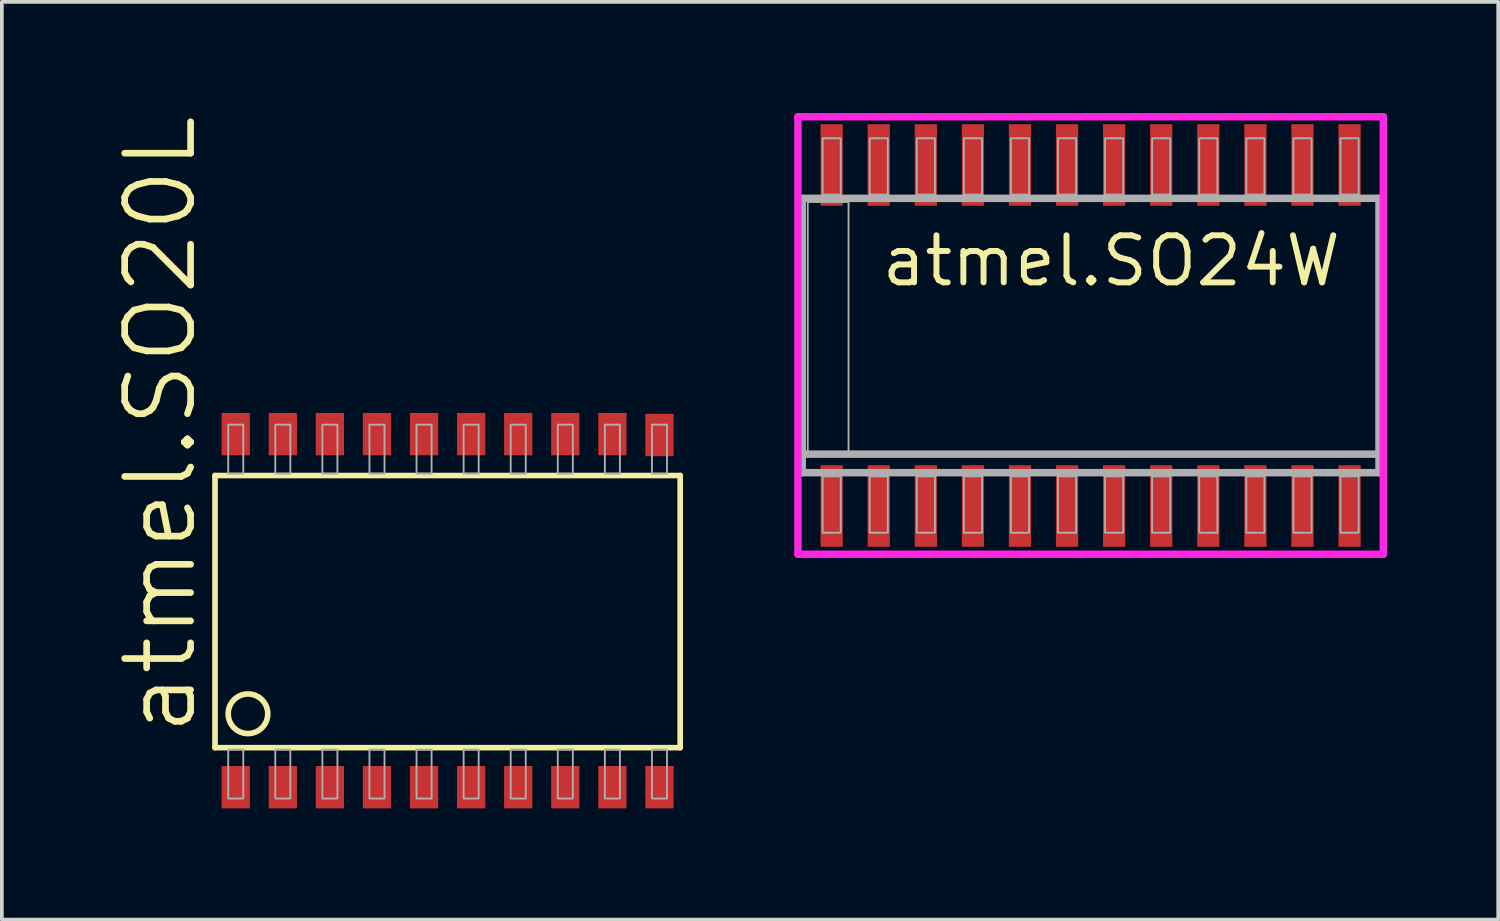
<source format=kicad_pcb>
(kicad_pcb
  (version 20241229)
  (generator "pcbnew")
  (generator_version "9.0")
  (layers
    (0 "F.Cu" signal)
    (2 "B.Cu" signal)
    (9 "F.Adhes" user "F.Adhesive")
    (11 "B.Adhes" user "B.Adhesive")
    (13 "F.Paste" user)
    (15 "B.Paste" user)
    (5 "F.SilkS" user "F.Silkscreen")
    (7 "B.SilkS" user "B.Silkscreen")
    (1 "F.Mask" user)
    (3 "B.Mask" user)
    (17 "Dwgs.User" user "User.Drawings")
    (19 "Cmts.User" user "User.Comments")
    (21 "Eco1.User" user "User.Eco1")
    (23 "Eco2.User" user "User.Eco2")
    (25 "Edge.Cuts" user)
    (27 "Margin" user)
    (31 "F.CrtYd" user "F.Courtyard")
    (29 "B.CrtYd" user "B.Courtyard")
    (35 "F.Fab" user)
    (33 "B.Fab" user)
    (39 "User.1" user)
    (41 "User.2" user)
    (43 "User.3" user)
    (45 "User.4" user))
  (footprint "atmel.SO24W"
    (layer "F.Cu")
    (at 26.369 6)
    (property "Reference" "atmel.SO24W" (at -5.715 -1.27 0) (layer "F.SilkS") (effects (font (size 1.27 1.27) (thickness 0.16)) (justify left bottom)))
    (attr smd)
    (fp_line (start -7.895 -5.9) (end 7.895 -5.9) (stroke (width 0.2) (type default)) (layer "F.CrtYd"))
    (fp_line (start -7.895 5.9) (end -7.895 -5.9) (stroke (width 0.2) (type default)) (layer "F.CrtYd"))
    (fp_line (start 7.895 -5.9) (end 7.895 5.9) (stroke (width 0.2) (type default)) (layer "F.CrtYd"))
    (fp_line (start 7.895 5.9) (end -7.895 5.9) (stroke (width 0.2) (type default)) (layer "F.CrtYd"))
    (fp_line (start -7.78 -3.7) (end 7.78 -3.7) (stroke (width 0.203) (type default)) (layer "F.Fab"))
    (fp_line (start -7.78 3.2) (end -7.78 -3.7) (stroke (width 0.203) (type default)) (layer "F.Fab"))
    (fp_line (start -7.78 3.7) (end -7.78 3.2) (stroke (width 0.203) (type default)) (layer "F.Fab"))
    (fp_line (start 7.78 -3.7) (end 7.78 3.2) (stroke (width 0.203) (type default)) (layer "F.Fab"))
    (fp_line (start 7.78 3.2) (end -7.78 3.2) (stroke (width 0.203) (type default)) (layer "F.Fab"))
    (fp_line (start 7.78 3.2) (end 7.78 3.7) (stroke (width 0.203) (type default)) (layer "F.Fab"))
    (fp_line (start 7.78 3.7) (end -7.78 3.7) (stroke (width 0.203) (type default)) (layer "F.Fab"))
    (fp_rect (start -7.63 3.2) (end -6.53 -3.6) (stroke (width 0.05) (type default)) (fill no) (layer "F.Fab"))
    (fp_rect (start -7.23 -3.8) (end -6.74 -5.32) (stroke (width 0.05) (type default)) (fill no) (layer "F.Fab"))
    (fp_rect (start -7.23 5.32) (end -6.74 3.8) (stroke (width 0.05) (type default)) (fill no) (layer "F.Fab"))
    (fp_rect (start -5.96 -3.8) (end -5.47 -5.32) (stroke (width 0.05) (type default)) (fill no) (layer "F.Fab"))
    (fp_rect (start -5.96 5.32) (end -5.47 3.8) (stroke (width 0.05) (type default)) (fill no) (layer "F.Fab"))
    (fp_rect (start -4.69 -3.8) (end -4.2 -5.32) (stroke (width 0.05) (type default)) (fill no) (layer "F.Fab"))
    (fp_rect (start -4.69 5.32) (end -4.2 3.8) (stroke (width 0.05) (type default)) (fill no) (layer "F.Fab"))
    (fp_rect (start -3.42 -3.8) (end -2.93 -5.32) (stroke (width 0.05) (type default)) (fill no) (layer "F.Fab"))
    (fp_rect (start -3.42 5.32) (end -2.93 3.8) (stroke (width 0.05) (type default)) (fill no) (layer "F.Fab"))
    (fp_rect (start -2.15 -3.8) (end -1.66 -5.32) (stroke (width 0.05) (type default)) (fill no) (layer "F.Fab"))
    (fp_rect (start -2.15 5.32) (end -1.66 3.8) (stroke (width 0.05) (type default)) (fill no) (layer "F.Fab"))
    (fp_rect (start -0.88 -3.8) (end -0.39 -5.32) (stroke (width 0.05) (type default)) (fill no) (layer "F.Fab"))
    (fp_rect (start -0.88 5.32) (end -0.39 3.8) (stroke (width 0.05) (type default)) (fill no) (layer "F.Fab"))
    (fp_rect (start 0.39 -3.8) (end 0.88 -5.32) (stroke (width 0.05) (type default)) (fill no) (layer "F.Fab"))
    (fp_rect (start 0.39 5.32) (end 0.88 3.8) (stroke (width 0.05) (type default)) (fill no) (layer "F.Fab"))
    (fp_rect (start 1.66 -3.8) (end 2.15 -5.32) (stroke (width 0.05) (type default)) (fill no) (layer "F.Fab"))
    (fp_rect (start 1.66 5.32) (end 2.15 3.8) (stroke (width 0.05) (type default)) (fill no) (layer "F.Fab"))
    (fp_rect (start 2.93 -3.8) (end 3.42 -5.32) (stroke (width 0.05) (type default)) (fill no) (layer "F.Fab"))
    (fp_rect (start 2.93 5.32) (end 3.42 3.8) (stroke (width 0.05) (type default)) (fill no) (layer "F.Fab"))
    (fp_rect (start 4.2 -3.8) (end 4.69 -5.32) (stroke (width 0.05) (type default)) (fill no) (layer "F.Fab"))
    (fp_rect (start 4.2 5.32) (end 4.69 3.8) (stroke (width 0.05) (type default)) (fill no) (layer "F.Fab"))
    (fp_rect (start 5.47 -3.8) (end 5.96 -5.32) (stroke (width 0.05) (type default)) (fill no) (layer "F.Fab"))
    (fp_rect (start 5.47 5.32) (end 5.96 3.8) (stroke (width 0.05) (type default)) (fill no) (layer "F.Fab"))
    (fp_rect (start 6.74 -3.8) (end 7.23 -5.32) (stroke (width 0.05) (type default)) (fill no) (layer "F.Fab"))
    (fp_rect (start 6.74 5.32) (end 7.23 3.8) (stroke (width 0.05) (type default)) (fill no) (layer "F.Fab"))
    (pad "1" smd roundrect (at -6.985 4.6) (size 0.6 2.2) (layers "F.Cu" "F.Mask" "F.Paste") (roundrect_rratio 0.01))
    (pad "2" smd roundrect (at -5.715 4.6) (size 0.6 2.2) (layers "F.Cu" "F.Mask" "F.Paste") (roundrect_rratio 0.01))
    (pad "3" smd roundrect (at -4.445 4.6) (size 0.6 2.2) (layers "F.Cu" "F.Mask" "F.Paste") (roundrect_rratio 0.01))
    (pad "4" smd roundrect (at -3.175 4.6) (size 0.6 2.2) (layers "F.Cu" "F.Mask" "F.Paste") (roundrect_rratio 0.01))
    (pad "5" smd roundrect (at -1.905 4.6) (size 0.6 2.2) (layers "F.Cu" "F.Mask" "F.Paste") (roundrect_rratio 0.01))
    (pad "6" smd roundrect (at -0.635 4.6) (size 0.6 2.2) (layers "F.Cu" "F.Mask" "F.Paste") (roundrect_rratio 0.01))
    (pad "7" smd roundrect (at 0.635 4.6) (size 0.6 2.2) (layers "F.Cu" "F.Mask" "F.Paste") (roundrect_rratio 0.01))
    (pad "8" smd roundrect (at 1.905 4.6) (size 0.6 2.2) (layers "F.Cu" "F.Mask" "F.Paste") (roundrect_rratio 0.01))
    (pad "9" smd roundrect (at 3.175 4.6) (size 0.6 2.2) (layers "F.Cu" "F.Mask" "F.Paste") (roundrect_rratio 0.01))
    (pad "10" smd roundrect (at 4.445 4.6) (size 0.6 2.2) (layers "F.Cu" "F.Mask" "F.Paste") (roundrect_rratio 0.01))
    (pad "11" smd roundrect (at 5.715 4.6) (size 0.6 2.2) (layers "F.Cu" "F.Mask" "F.Paste") (roundrect_rratio 0.01))
    (pad "12" smd roundrect (at 6.985 4.6) (size 0.6 2.2) (layers "F.Cu" "F.Mask" "F.Paste") (roundrect_rratio 0.01))
    (pad "13" smd roundrect (at 6.985 -4.6) (size 0.6 2.2) (layers "F.Cu" "F.Mask" "F.Paste") (roundrect_rratio 0.01))
    (pad "14" smd roundrect (at 5.715 -4.6) (size 0.6 2.2) (layers "F.Cu" "F.Mask" "F.Paste") (roundrect_rratio 0.01))
    (pad "15" smd roundrect (at 4.445 -4.6) (size 0.6 2.2) (layers "F.Cu" "F.Mask" "F.Paste") (roundrect_rratio 0.01))
    (pad "16" smd roundrect (at 3.175 -4.6) (size 0.6 2.2) (layers "F.Cu" "F.Mask" "F.Paste") (roundrect_rratio 0.01))
    (pad "17" smd roundrect (at 1.905 -4.6) (size 0.6 2.2) (layers "F.Cu" "F.Mask" "F.Paste") (roundrect_rratio 0.01))
    (pad "18" smd roundrect (at 0.635 -4.6) (size 0.6 2.2) (layers "F.Cu" "F.Mask" "F.Paste") (roundrect_rratio 0.01))
    (pad "19" smd roundrect (at -0.635 -4.6) (size 0.6 2.2) (layers "F.Cu" "F.Mask" "F.Paste") (roundrect_rratio 0.01))
    (pad "20" smd roundrect (at -1.905 -4.6) (size 0.6 2.2) (layers "F.Cu" "F.Mask" "F.Paste") (roundrect_rratio 0.01))
    (pad "21" smd roundrect (at -3.175 -4.6) (size 0.6 2.2) (layers "F.Cu" "F.Mask" "F.Paste") (roundrect_rratio 0.01))
    (pad "22" smd roundrect (at -4.445 -4.6) (size 0.6 2.2) (layers "F.Cu" "F.Mask" "F.Paste") (roundrect_rratio 0.01))
    (pad "23" smd roundrect (at -5.715 -4.6) (size 0.6 2.2) (layers "F.Cu" "F.Mask" "F.Paste") (roundrect_rratio 0.01))
    (pad "24" smd roundrect (at -6.985 -4.6) (size 0.6 2.2) (layers "F.Cu" "F.Mask" "F.Paste") (roundrect_rratio 0.01)))
  (footprint "atmel.SO20L"
    (layer "F.Cu")
    (at 8.389 13.054)
    (property "Reference" "atmel.SO20L" (at -6.071 3.81 90) (layer "F.SilkS") (effects (font (size 1.778 1.778) (thickness 0.18)) (justify left bottom)))
    (attr smd)
    (fp_line (start -5.639 -3.277) (end -5.639 4.064) (stroke (width 0.152) (type default)) (layer "F.SilkS"))
    (fp_line (start -5.639 4.064) (end 6.909 4.064) (stroke (width 0.152) (type default)) (layer "F.SilkS"))
    (fp_line (start 6.909 -3.277) (end -5.639 -3.277) (stroke (width 0.152) (type default)) (layer "F.SilkS"))
    (fp_line (start 6.909 4.064) (end 6.909 -3.277) (stroke (width 0.152) (type default)) (layer "F.SilkS"))
    (fp_circle (center -4.75 3.15) (end -4.216 3.15) (stroke (width 0.152) (type default)) (fill no) (layer "F.SilkS"))
    (fp_rect (start -5.283 -3.327) (end -4.877 -4.648) (stroke (width 0.05) (type default)) (fill no) (layer "F.Fab"))
    (fp_rect (start -5.283 5.436) (end -4.877 4.115) (stroke (width 0.05) (type default)) (fill no) (layer "F.Fab"))
    (fp_rect (start -4.013 -3.327) (end -3.607 -4.648) (stroke (width 0.05) (type default)) (fill no) (layer "F.Fab"))
    (fp_rect (start -4.013 5.436) (end -3.607 4.115) (stroke (width 0.05) (type default)) (fill no) (layer "F.Fab"))
    (fp_rect (start -2.743 -3.327) (end -2.337 -4.648) (stroke (width 0.05) (type default)) (fill no) (layer "F.Fab"))
    (fp_rect (start -2.743 5.436) (end -2.337 4.115) (stroke (width 0.05) (type default)) (fill no) (layer "F.Fab"))
    (fp_rect (start -1.473 -3.327) (end -1.067 -4.648) (stroke (width 0.05) (type default)) (fill no) (layer "F.Fab"))
    (fp_rect (start -1.473 5.436) (end -1.067 4.115) (stroke (width 0.05) (type default)) (fill no) (layer "F.Fab"))
    (fp_rect (start -0.203 -3.327) (end 0.203 -4.648) (stroke (width 0.05) (type default)) (fill no) (layer "F.Fab"))
    (fp_rect (start -0.203 5.436) (end 0.203 4.115) (stroke (width 0.05) (type default)) (fill no) (layer "F.Fab"))
    (fp_rect (start 1.067 -3.327) (end 1.473 -4.648) (stroke (width 0.05) (type default)) (fill no) (layer "F.Fab"))
    (fp_rect (start 1.067 5.436) (end 1.473 4.115) (stroke (width 0.05) (type default)) (fill no) (layer "F.Fab"))
    (fp_rect (start 2.337 -3.327) (end 2.743 -4.648) (stroke (width 0.05) (type default)) (fill no) (layer "F.Fab"))
    (fp_rect (start 2.337 5.436) (end 2.743 4.115) (stroke (width 0.05) (type default)) (fill no) (layer "F.Fab"))
    (fp_rect (start 3.607 -3.327) (end 4.013 -4.648) (stroke (width 0.05) (type default)) (fill no) (layer "F.Fab"))
    (fp_rect (start 3.607 5.436) (end 4.013 4.115) (stroke (width 0.05) (type default)) (fill no) (layer "F.Fab"))
    (fp_rect (start 4.877 -3.327) (end 5.283 -4.648) (stroke (width 0.05) (type default)) (fill no) (layer "F.Fab"))
    (fp_rect (start 4.877 5.436) (end 5.283 4.115) (stroke (width 0.05) (type default)) (fill no) (layer "F.Fab"))
    (fp_rect (start 6.147 -3.327) (end 6.553 -4.648) (stroke (width 0.05) (type default)) (fill no) (layer "F.Fab"))
    (fp_rect (start 6.147 5.436) (end 6.553 4.115) (stroke (width 0.05) (type default)) (fill no) (layer "F.Fab"))
    (pad "1" smd roundrect (at -5.08 5.131) (size 0.762 1.143) (layers "F.Cu" "F.Mask" "F.Paste") (roundrect_rratio 0.01))
    (pad "2" smd roundrect (at -3.81 5.131) (size 0.762 1.143) (layers "F.Cu" "F.Mask" "F.Paste") (roundrect_rratio 0.01))
    (pad "3" smd roundrect (at -2.54 5.131) (size 0.762 1.143) (layers "F.Cu" "F.Mask" "F.Paste") (roundrect_rratio 0.01))
    (pad "4" smd roundrect (at -1.27 5.131) (size 0.762 1.143) (layers "F.Cu" "F.Mask" "F.Paste") (roundrect_rratio 0.01))
    (pad "5" smd roundrect (at 0 5.131) (size 0.762 1.143) (layers "F.Cu" "F.Mask" "F.Paste") (roundrect_rratio 0.01))
    (pad "6" smd roundrect (at 1.27 5.131) (size 0.762 1.143) (layers "F.Cu" "F.Mask" "F.Paste") (roundrect_rratio 0.01))
    (pad "7" smd roundrect (at 2.54 5.131) (size 0.762 1.143) (layers "F.Cu" "F.Mask" "F.Paste") (roundrect_rratio 0.01))
    (pad "8" smd roundrect (at 3.81 5.131) (size 0.762 1.143) (layers "F.Cu" "F.Mask" "F.Paste") (roundrect_rratio 0.01))
    (pad "9" smd roundrect (at 5.08 5.131) (size 0.762 1.143) (layers "F.Cu" "F.Mask" "F.Paste") (roundrect_rratio 0.01))
    (pad "10" smd roundrect (at 6.35 5.131) (size 0.762 1.143) (layers "F.Cu" "F.Mask" "F.Paste") (roundrect_rratio 0.01))
    (pad "11" smd roundrect (at 6.35 -4.369) (size 0.762 1.143) (layers "F.Cu" "F.Mask" "F.Paste") (roundrect_rratio 0.01))
    (pad "12" smd roundrect (at 5.08 -4.394) (size 0.762 1.143) (layers "F.Cu" "F.Mask" "F.Paste") (roundrect_rratio 0.01))
    (pad "13" smd roundrect (at 3.81 -4.394) (size 0.762 1.143) (layers "F.Cu" "F.Mask" "F.Paste") (roundrect_rratio 0.01))
    (pad "14" smd roundrect (at 2.54 -4.394) (size 0.762 1.143) (layers "F.Cu" "F.Mask" "F.Paste") (roundrect_rratio 0.01))
    (pad "15" smd roundrect (at 1.27 -4.394) (size 0.762 1.143) (layers "F.Cu" "F.Mask" "F.Paste") (roundrect_rratio 0.01))
    (pad "16" smd roundrect (at 0 -4.394) (size 0.762 1.143) (layers "F.Cu" "F.Mask" "F.Paste") (roundrect_rratio 0.01))
    (pad "17" smd roundrect (at -1.27 -4.394) (size 0.762 1.143) (layers "F.Cu" "F.Mask" "F.Paste") (roundrect_rratio 0.01))
    (pad "18" smd roundrect (at -2.54 -4.394) (size 0.762 1.143) (layers "F.Cu" "F.Mask" "F.Paste") (roundrect_rratio 0.01))
    (pad "19" smd roundrect (at -3.81 -4.394) (size 0.762 1.143) (layers "F.Cu" "F.Mask" "F.Paste") (roundrect_rratio 0.01))
    (pad "20" smd roundrect (at -5.08 -4.394) (size 0.762 1.143) (layers "F.Cu" "F.Mask" "F.Paste") (roundrect_rratio 0.01)))
  (gr_rect
    (start -3 -3)
    (end 37.364 21.756)
    (stroke (width 0.1) (type default))
    (fill no)
    (layer "Edge.Cuts")))
</source>
